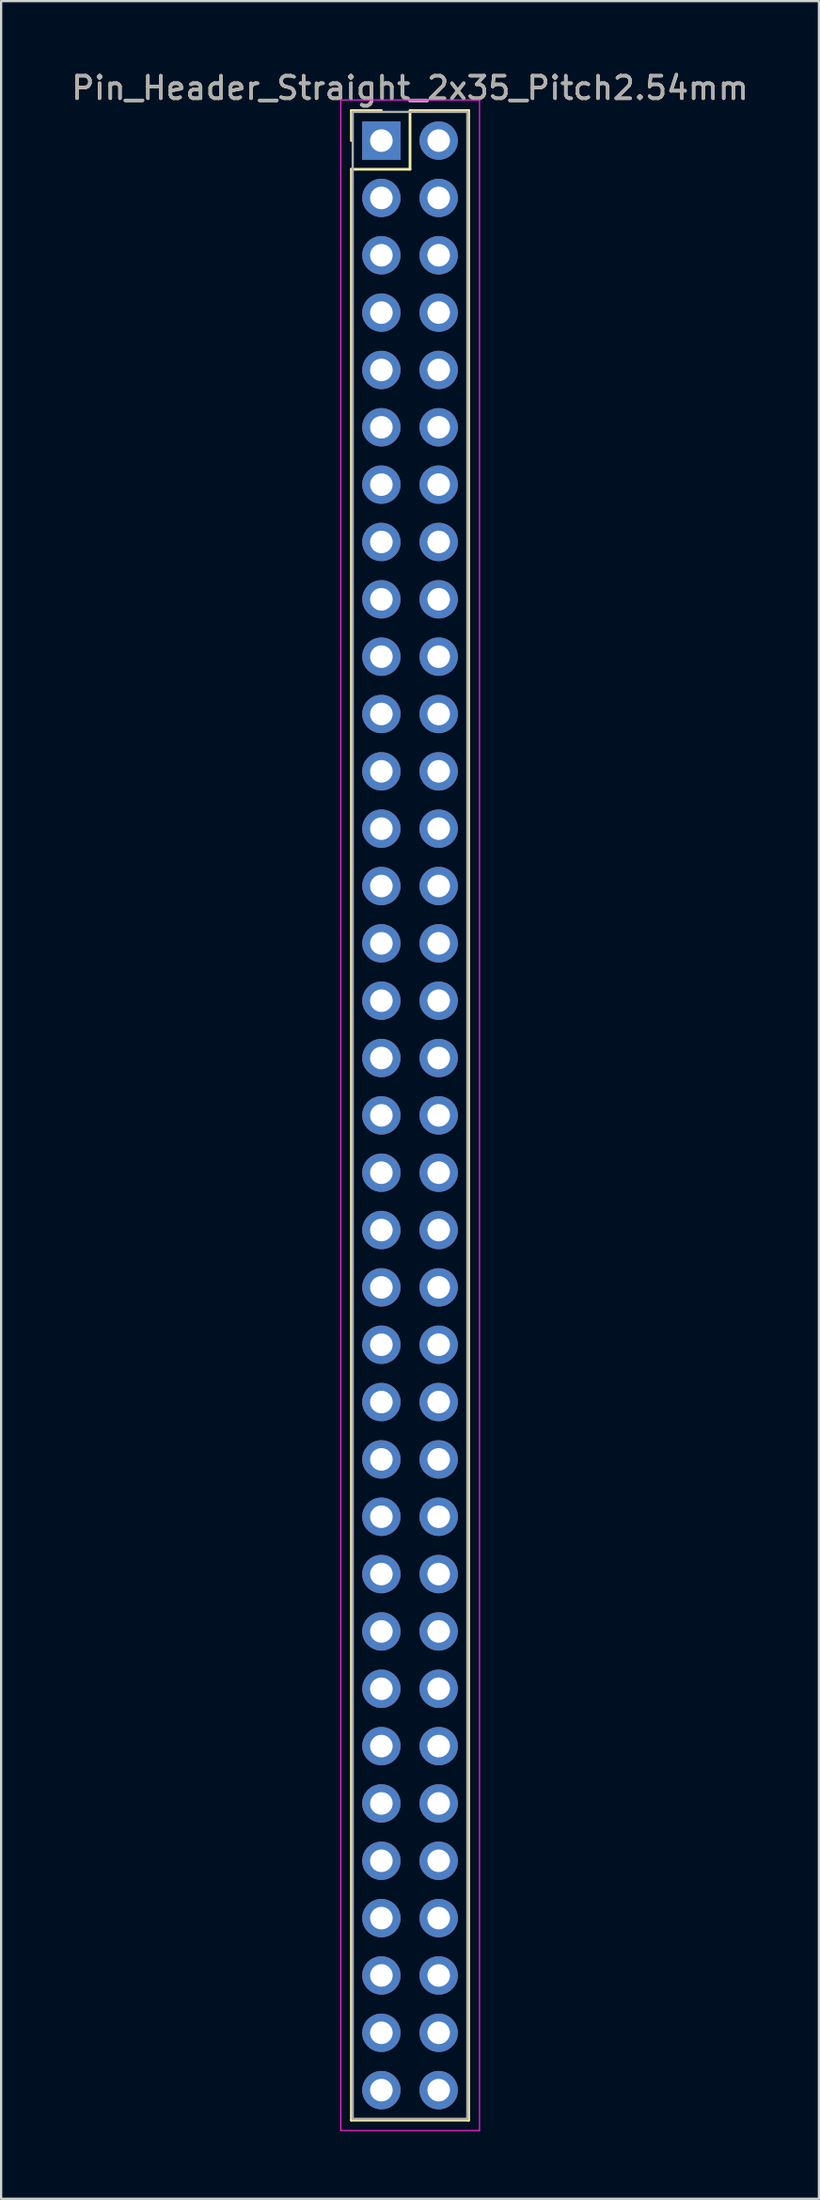
<source format=kicad_pcb>
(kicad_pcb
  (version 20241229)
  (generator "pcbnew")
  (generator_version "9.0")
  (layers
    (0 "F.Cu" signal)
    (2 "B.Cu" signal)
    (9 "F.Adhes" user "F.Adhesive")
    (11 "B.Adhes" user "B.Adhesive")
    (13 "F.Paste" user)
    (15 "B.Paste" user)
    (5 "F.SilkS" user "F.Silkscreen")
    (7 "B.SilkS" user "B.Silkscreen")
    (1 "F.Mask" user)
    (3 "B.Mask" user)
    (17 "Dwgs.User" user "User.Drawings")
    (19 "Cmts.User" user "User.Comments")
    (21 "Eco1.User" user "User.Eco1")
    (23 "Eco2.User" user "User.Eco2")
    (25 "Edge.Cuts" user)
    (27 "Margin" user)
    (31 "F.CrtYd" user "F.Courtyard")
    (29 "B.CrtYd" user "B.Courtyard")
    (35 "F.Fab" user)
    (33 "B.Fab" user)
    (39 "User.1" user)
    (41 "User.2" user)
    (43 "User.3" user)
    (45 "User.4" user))
  (footprint "Pin_Header_Straight_2x35_Pitch2.54mm"
    (layer "F.Cu")
    (at 13.855 3.178)
    (property "Reference" "Pin_Header_Straight_2x35_Pitch2.54mm" (at 1.27 -2.33 0) (layer "F.SilkS") (effects (font (size 1 1) (thickness 0.15))))
    (attr through_hole)
    (fp_line (start -1.33 -1.33) (end 0 -1.33) (stroke (width 0.12) (type solid)) (layer "F.SilkS"))
    (fp_line (start -1.33 0) (end -1.33 -1.33) (stroke (width 0.12) (type solid)) (layer "F.SilkS"))
    (fp_line (start -1.33 1.27) (end -1.33 87.69) (stroke (width 0.12) (type solid)) (layer "F.SilkS"))
    (fp_line (start -1.33 87.69) (end 3.87 87.69) (stroke (width 0.12) (type solid)) (layer "F.SilkS"))
    (fp_line (start 1.27 -1.33) (end 1.27 1.27) (stroke (width 0.12) (type solid)) (layer "F.SilkS"))
    (fp_line (start 1.27 1.27) (end -1.33 1.27) (stroke (width 0.12) (type solid)) (layer "F.SilkS"))
    (fp_line (start 3.87 -1.33) (end 1.27 -1.33) (stroke (width 0.12) (type solid)) (layer "F.SilkS"))
    (fp_line (start 3.87 87.69) (end 3.87 -1.33) (stroke (width 0.12) (type solid)) (layer "F.SilkS"))
    (fp_line (start -1.8 -1.8) (end -1.8 88.15) (stroke (width 0.05) (type solid)) (layer "F.CrtYd"))
    (fp_line (start -1.8 88.15) (end 4.35 88.15) (stroke (width 0.05) (type solid)) (layer "F.CrtYd"))
    (fp_line (start 4.35 -1.8) (end -1.8 -1.8) (stroke (width 0.05) (type solid)) (layer "F.CrtYd"))
    (fp_line (start 4.35 88.15) (end 4.35 -1.8) (stroke (width 0.05) (type solid)) (layer "F.CrtYd"))
    (fp_line (start -1.27 -1.27) (end -1.27 87.63) (stroke (width 0.1) (type solid)) (layer "F.Fab"))
    (fp_line (start -1.27 87.63) (end 3.81 87.63) (stroke (width 0.1) (type solid)) (layer "F.Fab"))
    (fp_line (start 3.81 -1.27) (end -1.27 -1.27) (stroke (width 0.1) (type solid)) (layer "F.Fab"))
    (fp_line (start 3.81 87.63) (end 3.81 -1.27) (stroke (width 0.1) (type solid)) (layer "F.Fab"))
    (fp_text user "${REFERENCE}" (at 1.27 -2.33 0) (layer "F.Fab") (effects (font (size 1 1) (thickness 0.15))))
    (pad "1" thru_hole rect (at 0 0) (size 1.7 1.7) (drill 1) (layers "*.Cu" "*.Mask"))
    (pad "2" thru_hole oval (at 2.54 0) (size 1.7 1.7) (drill 1) (layers "*.Cu" "*.Mask"))
    (pad "3" thru_hole oval (at 0 2.54) (size 1.7 1.7) (drill 1) (layers "*.Cu" "*.Mask"))
    (pad "4" thru_hole oval (at 2.54 2.54) (size 1.7 1.7) (drill 1) (layers "*.Cu" "*.Mask"))
    (pad "5" thru_hole oval (at 0 5.08) (size 1.7 1.7) (drill 1) (layers "*.Cu" "*.Mask"))
    (pad "6" thru_hole oval (at 2.54 5.08) (size 1.7 1.7) (drill 1) (layers "*.Cu" "*.Mask"))
    (pad "7" thru_hole oval (at 0 7.62) (size 1.7 1.7) (drill 1) (layers "*.Cu" "*.Mask"))
    (pad "8" thru_hole oval (at 2.54 7.62) (size 1.7 1.7) (drill 1) (layers "*.Cu" "*.Mask"))
    (pad "9" thru_hole oval (at 0 10.16) (size 1.7 1.7) (drill 1) (layers "*.Cu" "*.Mask"))
    (pad "10" thru_hole oval (at 2.54 10.16) (size 1.7 1.7) (drill 1) (layers "*.Cu" "*.Mask"))
    (pad "11" thru_hole oval (at 0 12.7) (size 1.7 1.7) (drill 1) (layers "*.Cu" "*.Mask"))
    (pad "12" thru_hole oval (at 2.54 12.7) (size 1.7 1.7) (drill 1) (layers "*.Cu" "*.Mask"))
    (pad "13" thru_hole oval (at 0 15.24) (size 1.7 1.7) (drill 1) (layers "*.Cu" "*.Mask"))
    (pad "14" thru_hole oval (at 2.54 15.24) (size 1.7 1.7) (drill 1) (layers "*.Cu" "*.Mask"))
    (pad "15" thru_hole oval (at 0 17.78) (size 1.7 1.7) (drill 1) (layers "*.Cu" "*.Mask"))
    (pad "16" thru_hole oval (at 2.54 17.78) (size 1.7 1.7) (drill 1) (layers "*.Cu" "*.Mask"))
    (pad "17" thru_hole oval (at 0 20.32) (size 1.7 1.7) (drill 1) (layers "*.Cu" "*.Mask"))
    (pad "18" thru_hole oval (at 2.54 20.32) (size 1.7 1.7) (drill 1) (layers "*.Cu" "*.Mask"))
    (pad "19" thru_hole oval (at 0 22.86) (size 1.7 1.7) (drill 1) (layers "*.Cu" "*.Mask"))
    (pad "20" thru_hole oval (at 2.54 22.86) (size 1.7 1.7) (drill 1) (layers "*.Cu" "*.Mask"))
    (pad "21" thru_hole oval (at 0 25.4) (size 1.7 1.7) (drill 1) (layers "*.Cu" "*.Mask"))
    (pad "22" thru_hole oval (at 2.54 25.4) (size 1.7 1.7) (drill 1) (layers "*.Cu" "*.Mask"))
    (pad "23" thru_hole oval (at 0 27.94) (size 1.7 1.7) (drill 1) (layers "*.Cu" "*.Mask"))
    (pad "24" thru_hole oval (at 2.54 27.94) (size 1.7 1.7) (drill 1) (layers "*.Cu" "*.Mask"))
    (pad "25" thru_hole oval (at 0 30.48) (size 1.7 1.7) (drill 1) (layers "*.Cu" "*.Mask"))
    (pad "26" thru_hole oval (at 2.54 30.48) (size 1.7 1.7) (drill 1) (layers "*.Cu" "*.Mask"))
    (pad "27" thru_hole oval (at 0 33.02) (size 1.7 1.7) (drill 1) (layers "*.Cu" "*.Mask"))
    (pad "28" thru_hole oval (at 2.54 33.02) (size 1.7 1.7) (drill 1) (layers "*.Cu" "*.Mask"))
    (pad "29" thru_hole oval (at 0 35.56) (size 1.7 1.7) (drill 1) (layers "*.Cu" "*.Mask"))
    (pad "30" thru_hole oval (at 2.54 35.56) (size 1.7 1.7) (drill 1) (layers "*.Cu" "*.Mask"))
    (pad "31" thru_hole oval (at 0 38.1) (size 1.7 1.7) (drill 1) (layers "*.Cu" "*.Mask"))
    (pad "32" thru_hole oval (at 2.54 38.1) (size 1.7 1.7) (drill 1) (layers "*.Cu" "*.Mask"))
    (pad "33" thru_hole oval (at 0 40.64) (size 1.7 1.7) (drill 1) (layers "*.Cu" "*.Mask"))
    (pad "34" thru_hole oval (at 2.54 40.64) (size 1.7 1.7) (drill 1) (layers "*.Cu" "*.Mask"))
    (pad "35" thru_hole oval (at 0 43.18) (size 1.7 1.7) (drill 1) (layers "*.Cu" "*.Mask"))
    (pad "36" thru_hole oval (at 2.54 43.18) (size 1.7 1.7) (drill 1) (layers "*.Cu" "*.Mask"))
    (pad "37" thru_hole oval (at 0 45.72) (size 1.7 1.7) (drill 1) (layers "*.Cu" "*.Mask"))
    (pad "38" thru_hole oval (at 2.54 45.72) (size 1.7 1.7) (drill 1) (layers "*.Cu" "*.Mask"))
    (pad "39" thru_hole oval (at 0 48.26) (size 1.7 1.7) (drill 1) (layers "*.Cu" "*.Mask"))
    (pad "40" thru_hole oval (at 2.54 48.26) (size 1.7 1.7) (drill 1) (layers "*.Cu" "*.Mask"))
    (pad "41" thru_hole oval (at 0 50.8) (size 1.7 1.7) (drill 1) (layers "*.Cu" "*.Mask"))
    (pad "42" thru_hole oval (at 2.54 50.8) (size 1.7 1.7) (drill 1) (layers "*.Cu" "*.Mask"))
    (pad "43" thru_hole oval (at 0 53.34) (size 1.7 1.7) (drill 1) (layers "*.Cu" "*.Mask"))
    (pad "44" thru_hole oval (at 2.54 53.34) (size 1.7 1.7) (drill 1) (layers "*.Cu" "*.Mask"))
    (pad "45" thru_hole oval (at 0 55.88) (size 1.7 1.7) (drill 1) (layers "*.Cu" "*.Mask"))
    (pad "46" thru_hole oval (at 2.54 55.88) (size 1.7 1.7) (drill 1) (layers "*.Cu" "*.Mask"))
    (pad "47" thru_hole oval (at 0 58.42) (size 1.7 1.7) (drill 1) (layers "*.Cu" "*.Mask"))
    (pad "48" thru_hole oval (at 2.54 58.42) (size 1.7 1.7) (drill 1) (layers "*.Cu" "*.Mask"))
    (pad "49" thru_hole oval (at 0 60.96) (size 1.7 1.7) (drill 1) (layers "*.Cu" "*.Mask"))
    (pad "50" thru_hole oval (at 2.54 60.96) (size 1.7 1.7) (drill 1) (layers "*.Cu" "*.Mask"))
    (pad "51" thru_hole oval (at 0 63.5) (size 1.7 1.7) (drill 1) (layers "*.Cu" "*.Mask"))
    (pad "52" thru_hole oval (at 2.54 63.5) (size 1.7 1.7) (drill 1) (layers "*.Cu" "*.Mask"))
    (pad "53" thru_hole oval (at 0 66.04) (size 1.7 1.7) (drill 1) (layers "*.Cu" "*.Mask"))
    (pad "54" thru_hole oval (at 2.54 66.04) (size 1.7 1.7) (drill 1) (layers "*.Cu" "*.Mask"))
    (pad "55" thru_hole oval (at 0 68.58) (size 1.7 1.7) (drill 1) (layers "*.Cu" "*.Mask"))
    (pad "56" thru_hole oval (at 2.54 68.58) (size 1.7 1.7) (drill 1) (layers "*.Cu" "*.Mask"))
    (pad "57" thru_hole oval (at 0 71.12) (size 1.7 1.7) (drill 1) (layers "*.Cu" "*.Mask"))
    (pad "58" thru_hole oval (at 2.54 71.12) (size 1.7 1.7) (drill 1) (layers "*.Cu" "*.Mask"))
    (pad "59" thru_hole oval (at 0 73.66) (size 1.7 1.7) (drill 1) (layers "*.Cu" "*.Mask"))
    (pad "60" thru_hole oval (at 2.54 73.66) (size 1.7 1.7) (drill 1) (layers "*.Cu" "*.Mask"))
    (pad "61" thru_hole oval (at 0 76.2) (size 1.7 1.7) (drill 1) (layers "*.Cu" "*.Mask"))
    (pad "62" thru_hole oval (at 2.54 76.2) (size 1.7 1.7) (drill 1) (layers "*.Cu" "*.Mask"))
    (pad "63" thru_hole oval (at 0 78.74) (size 1.7 1.7) (drill 1) (layers "*.Cu" "*.Mask"))
    (pad "64" thru_hole oval (at 2.54 78.74) (size 1.7 1.7) (drill 1) (layers "*.Cu" "*.Mask"))
    (pad "65" thru_hole oval (at 0 81.28) (size 1.7 1.7) (drill 1) (layers "*.Cu" "*.Mask"))
    (pad "66" thru_hole oval (at 2.54 81.28) (size 1.7 1.7) (drill 1) (layers "*.Cu" "*.Mask"))
    (pad "67" thru_hole oval (at 0 83.82) (size 1.7 1.7) (drill 1) (layers "*.Cu" "*.Mask"))
    (pad "68" thru_hole oval (at 2.54 83.82) (size 1.7 1.7) (drill 1) (layers "*.Cu" "*.Mask"))
    (pad "69" thru_hole oval (at 0 86.36) (size 1.7 1.7) (drill 1) (layers "*.Cu" "*.Mask"))
    (pad "70" thru_hole oval (at 2.54 86.36) (size 1.7 1.7) (drill 1) (layers "*.Cu" "*.Mask")))
  (gr_rect
    (start -3 -3)
    (end 33.25 94.353)
    (stroke (width 0.1) (type default))
    (fill no)
    (layer "Edge.Cuts")))
</source>
